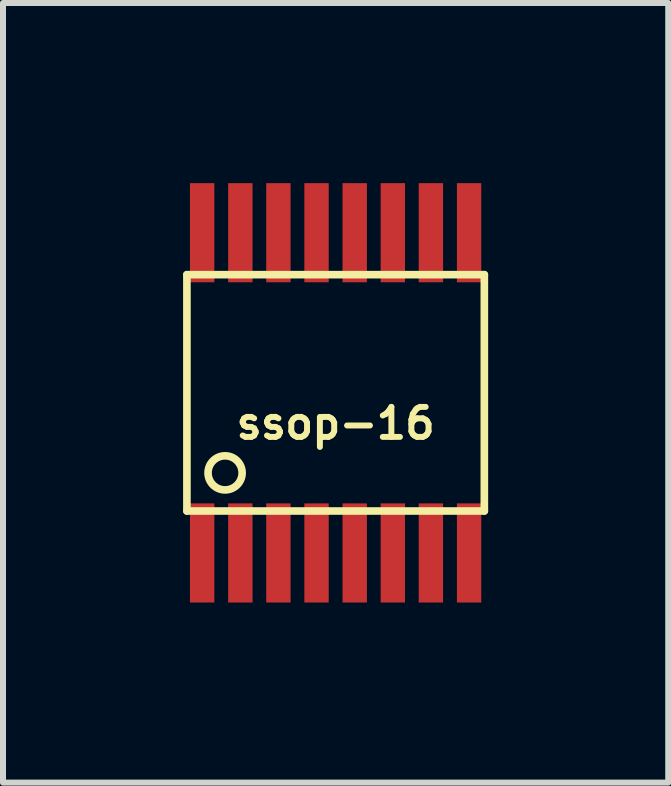
<source format=kicad_pcb>
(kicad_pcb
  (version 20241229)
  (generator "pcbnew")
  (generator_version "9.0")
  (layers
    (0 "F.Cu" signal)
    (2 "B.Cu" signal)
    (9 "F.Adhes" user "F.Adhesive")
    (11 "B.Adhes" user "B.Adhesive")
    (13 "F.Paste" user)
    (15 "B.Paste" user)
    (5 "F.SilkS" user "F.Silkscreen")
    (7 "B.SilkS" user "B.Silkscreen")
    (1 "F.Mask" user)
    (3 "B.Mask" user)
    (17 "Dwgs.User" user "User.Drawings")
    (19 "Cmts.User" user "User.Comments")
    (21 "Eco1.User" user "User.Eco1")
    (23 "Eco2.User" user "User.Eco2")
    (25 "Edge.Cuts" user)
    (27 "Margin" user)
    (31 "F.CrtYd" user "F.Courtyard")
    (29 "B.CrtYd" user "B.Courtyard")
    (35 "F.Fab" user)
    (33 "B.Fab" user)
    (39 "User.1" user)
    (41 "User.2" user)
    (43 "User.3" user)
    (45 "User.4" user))
  (footprint "ssop-16"
    (layer "F.Cu")
    (at 2.54 3.493)
    (property "Reference" "ssop-16" (at 0 0.508 0) (layer "F.SilkS") (effects (font (size 0.5 0.5) (thickness 0.099))))
    (attr smd)
    (fp_line (start -2.477 -1.968) (end -2.477 1.968) (stroke (width 0.127) (type solid)) (layer "F.SilkS"))
    (fp_line (start -2.477 1.968) (end 2.477 1.968) (stroke (width 0.127) (type solid)) (layer "F.SilkS"))
    (fp_line (start 2.477 -1.968) (end -2.477 -1.968) (stroke (width 0.127) (type solid)) (layer "F.SilkS"))
    (fp_line (start 2.477 1.968) (end 2.477 -1.968) (stroke (width 0.127) (type solid)) (layer "F.SilkS"))
    (fp_circle (center -1.841 1.333) (end -1.968 1.587) (stroke (width 0.127) (type solid)) (fill no) (layer "F.SilkS"))
    (pad "1" smd rect (at -2.223 2.667) (size 0.406 1.651) (layers "F.Cu" "F.Mask" "F.Paste"))
    (pad "2" smd rect (at -1.587 2.667) (size 0.406 1.651) (layers "F.Cu" "F.Mask" "F.Paste"))
    (pad "3" smd rect (at -0.953 2.667) (size 0.406 1.651) (layers "F.Cu" "F.Mask" "F.Paste"))
    (pad "4" smd rect (at -0.318 2.667) (size 0.406 1.651) (layers "F.Cu" "F.Mask" "F.Paste"))
    (pad "5" smd rect (at 0.318 2.667) (size 0.406 1.651) (layers "F.Cu" "F.Mask" "F.Paste"))
    (pad "6" smd rect (at 0.953 2.667) (size 0.406 1.651) (layers "F.Cu" "F.Mask" "F.Paste"))
    (pad "7" smd rect (at 1.587 2.667) (size 0.406 1.651) (layers "F.Cu" "F.Mask" "F.Paste"))
    (pad "8" smd rect (at 2.223 2.667) (size 0.406 1.651) (layers "F.Cu" "F.Mask" "F.Paste"))
    (pad "9" smd rect (at 2.223 -2.667) (size 0.406 1.651) (layers "F.Cu" "F.Mask" "F.Paste"))
    (pad "10" smd rect (at 1.587 -2.667) (size 0.406 1.651) (layers "F.Cu" "F.Mask" "F.Paste"))
    (pad "11" smd rect (at 0.953 -2.667) (size 0.406 1.651) (layers "F.Cu" "F.Mask" "F.Paste"))
    (pad "12" smd rect (at 0.318 -2.667) (size 0.406 1.651) (layers "F.Cu" "F.Mask" "F.Paste"))
    (pad "13" smd rect (at -0.318 -2.667) (size 0.406 1.651) (layers "F.Cu" "F.Mask" "F.Paste"))
    (pad "14" smd rect (at -0.953 -2.667) (size 0.406 1.651) (layers "F.Cu" "F.Mask" "F.Paste"))
    (pad "15" smd rect (at -1.587 -2.667) (size 0.406 1.651) (layers "F.Cu" "F.Mask" "F.Paste"))
    (pad "16" smd rect (at -2.223 -2.667) (size 0.406 1.651) (layers "F.Cu" "F.Mask" "F.Paste")))
  (gr_rect
    (start -3 -3)
    (end 8.08 9.985)
    (stroke (width 0.1) (type default))
    (fill no)
    (layer "Edge.Cuts")))
</source>
